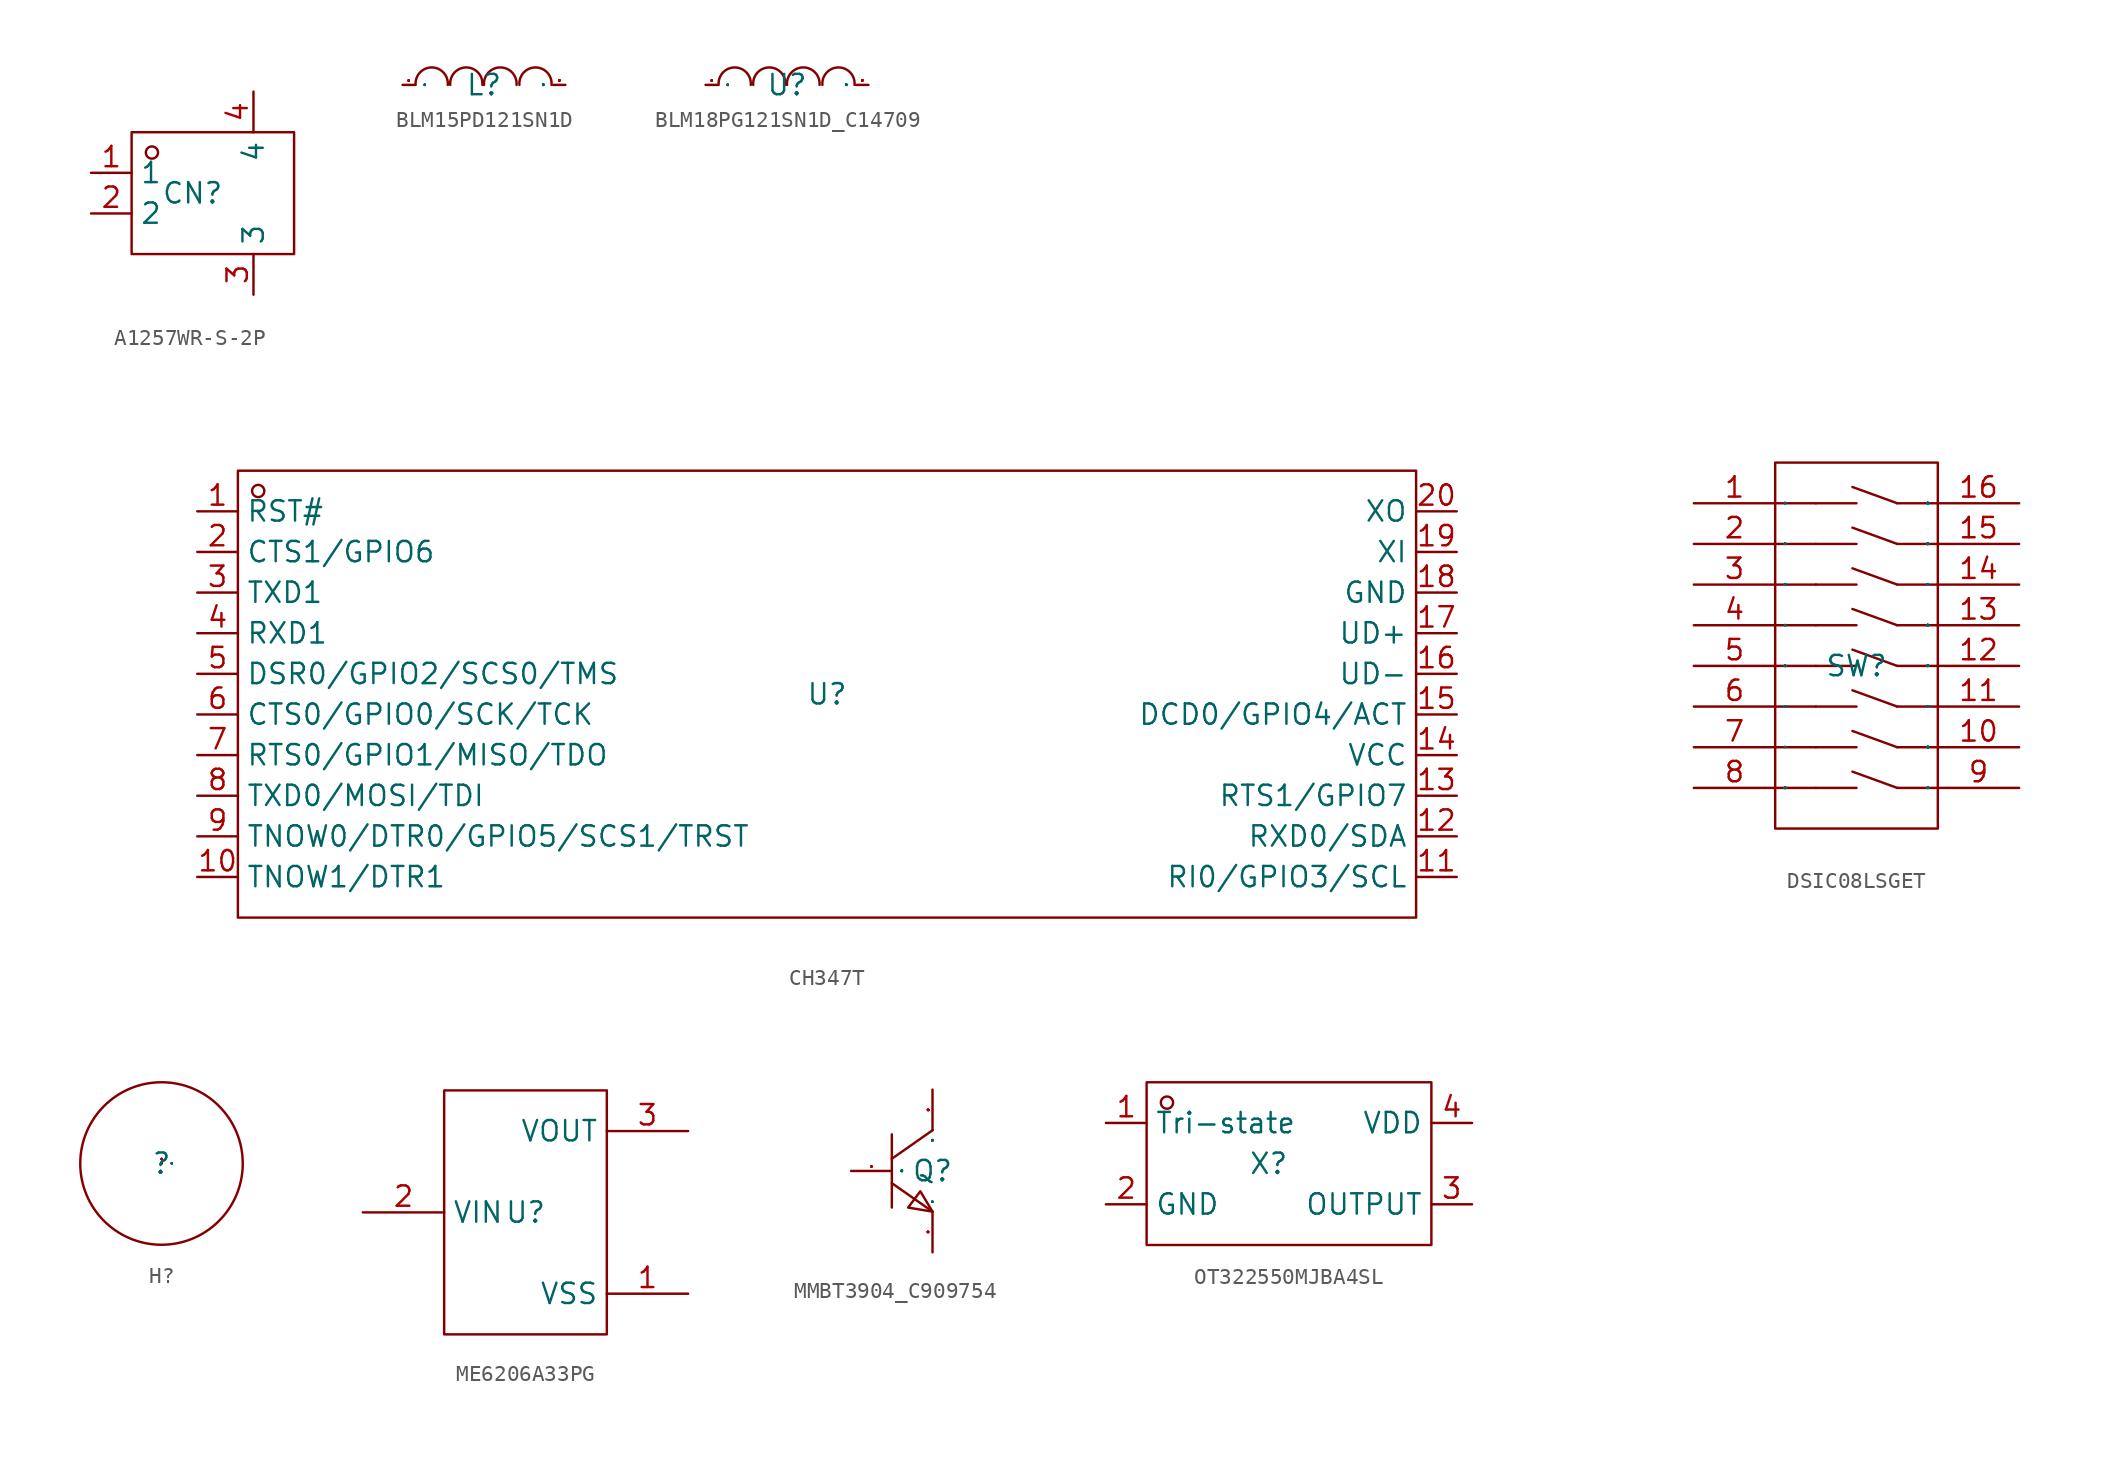
<source format=kicad_sym>
(kicad_symbol_lib
  (version 20241209)
  (generator "kicad_symbol_editor")
  (generator_version "9.0")
  (symbol "A1257WR-S-2P"
    (property "Reference" "CN"
      (at 0 0 0)
      (effects (font (size 1.27 1.27))))
    (property "Value" ""
      (at 0 0 0)
      (effects (font (size 1.27 1.27))))
    (symbol "A1257WR-S-2P_1_0"
      (rectangle (start -3.81 -3.81) (end 6.35 3.81) (stroke (width 0) (type default)) (fill (type none)))
      (circle (center -2.54 2.54) (radius 0.381) (stroke (width 0) (type default)) (fill (type none)))
      (pin unspecified line (at -6.35 1.27 0) (length 2.54) (name "1" (effects (font (size 1.27 1.27)))) (number "1" (effects (font (size 1.27 1.27)))))
      (pin unspecified line (at -6.35 -1.27 0) (length 2.54) (name "2" (effects (font (size 1.27 1.27)))) (number "2" (effects (font (size 1.27 1.27)))))
      (pin unspecified line (at 3.81 6.35 270) (length 2.54) (name "4" (effects (font (size 1.27 1.27)))) (number "4" (effects (font (size 1.27 1.27)))))
      (pin unspecified line (at 3.81 -6.35 90) (length 2.54) (name "3" (effects (font (size 1.27 1.27)))) (number "3" (effects (font (size 1.27 1.27)))))))
  (symbol "BLM15PD121SN1D"
    (property "Reference" "L"
      (at 0 0 0)
      (effects (font (size 1.27 1.27))))
    (property "Value" ""
      (at 0 0 0)
      (effects (font (size 1.27 1.27))))
    (symbol "BLM15PD121SN1D_1_0"
      (arc (start -4.2672 0) (mid -3.2512 1.0922) (end -2.2606 0) (stroke (width 0) (type default)) (fill (type none)))
      (arc (start -2.1082 0) (mid -1.1176 1.0922) (end -0.1016 0) (stroke (width 0) (type default)) (fill (type none)))
      (arc (start 0 0) (mid 1.016 1.0922) (end 2.032 0) (stroke (width 0) (type default)) (fill (type none)))
      (arc (start 2.2098 0) (mid 3.2004 1.0922) (end 4.2164 0) (stroke (width 0) (type default)) (fill (type none)))
      (pin input line (at -5.08 0 0) (length 0.762) (name "1" (effects (font (size 0.025 0.025)))) (number "1" (effects (font (size 0.025 0.025)))))
      (pin input line (at 5.08 0 180) (length 0.762) (name "2" (effects (font (size 0.025 0.025)))) (number "2" (effects (font (size 0.025 0.025)))))))
  (symbol "BLM18PG121SN1D_C14709"
    (property "Reference" "U"
      (at 0 0 0)
      (effects (font (size 1.27 1.27))))
    (property "Value" ""
      (at 0 0 0)
      (effects (font (size 1.27 1.27))))
    (symbol "BLM18PG121SN1D_C14709_1_0"
      (arc (start -4.2672 0) (mid -3.2512 1.0922) (end -2.2606 0) (stroke (width 0) (type default)) (fill (type none)))
      (arc (start -2.1082 0) (mid -1.1176 1.0922) (end -0.1016 0) (stroke (width 0) (type default)) (fill (type none)))
      (arc (start 0 0) (mid 1.016 1.0922) (end 2.032 0) (stroke (width 0) (type default)) (fill (type none)))
      (arc (start 2.2098 0) (mid 3.2004 1.0922) (end 4.2164 0) (stroke (width 0) (type default)) (fill (type none)))
      (pin input line (at -5.08 0 0) (length 0.762) (name "1" (effects (font (size 0.025 0.025)))) (number "1" (effects (font (size 0.025 0.025)))))
      (pin input line (at 5.08 0 180) (length 0.762) (name "2" (effects (font (size 0.025 0.025)))) (number "2" (effects (font (size 0.025 0.025)))))))
  (symbol "CH347T"
    (property "Reference" "U"
      (at 0 0 0)
      (effects (font (size 1.27 1.27))))
    (property "Value" ""
      (at 0 0 0)
      (effects (font (size 1.27 1.27))))
    (symbol "CH347T_1_0"
      (rectangle (start -36.83 -13.97) (end 36.83 13.97) (stroke (width 0) (type default)) (fill (type none)))
      (circle (center -35.56 12.7) (radius 0.381) (stroke (width 0) (type default)) (fill (type none)))
      (pin unspecified line (at -39.37 11.43 0) (length 2.54) (name "RST#" (effects (font (size 1.27 1.27)))) (number "1" (effects (font (size 1.27 1.27)))))
      (pin unspecified line (at -39.37 8.89 0) (length 2.54) (name "CTS1/GPIO6" (effects (font (size 1.27 1.27)))) (number "2" (effects (font (size 1.27 1.27)))))
      (pin unspecified line (at -39.37 6.35 0) (length 2.54) (name "TXD1" (effects (font (size 1.27 1.27)))) (number "3" (effects (font (size 1.27 1.27)))))
      (pin unspecified line (at -39.37 3.81 0) (length 2.54) (name "RXD1" (effects (font (size 1.27 1.27)))) (number "4" (effects (font (size 1.27 1.27)))))
      (pin unspecified line (at -39.37 1.27 0) (length 2.54) (name "DSR0/GPIO2/SCS0/TMS" (effects (font (size 1.27 1.27)))) (number "5" (effects (font (size 1.27 1.27)))))
      (pin unspecified line (at -39.37 -1.27 0) (length 2.54) (name "CTS0/GPIO0/SCK/TCK" (effects (font (size 1.27 1.27)))) (number "6" (effects (font (size 1.27 1.27)))))
      (pin unspecified line (at -39.37 -3.81 0) (length 2.54) (name "RTS0/GPIO1/MISO/TDO" (effects (font (size 1.27 1.27)))) (number "7" (effects (font (size 1.27 1.27)))))
      (pin unspecified line (at -39.37 -6.35 0) (length 2.54) (name "TXD0/MOSI/TDI" (effects (font (size 1.27 1.27)))) (number "8" (effects (font (size 1.27 1.27)))))
      (pin unspecified line (at -39.37 -8.89 0) (length 2.54) (name "TNOW0/DTR0/GPIO5/SCS1/TRST" (effects (font (size 1.27 1.27)))) (number "9" (effects (font (size 1.27 1.27)))))
      (pin unspecified line (at -39.37 -11.43 0) (length 2.54) (name "TNOW1/DTR1" (effects (font (size 1.27 1.27)))) (number "10" (effects (font (size 1.27 1.27)))))
      (pin unspecified line (at 39.37 11.43 180) (length 2.54) (name "XO" (effects (font (size 1.27 1.27)))) (number "20" (effects (font (size 1.27 1.27)))))
      (pin unspecified line (at 39.37 8.89 180) (length 2.54) (name "XI" (effects (font (size 1.27 1.27)))) (number "19" (effects (font (size 1.27 1.27)))))
      (pin unspecified line (at 39.37 6.35 180) (length 2.54) (name "GND" (effects (font (size 1.27 1.27)))) (number "18" (effects (font (size 1.27 1.27)))))
      (pin unspecified line (at 39.37 3.81 180) (length 2.54) (name "UD+" (effects (font (size 1.27 1.27)))) (number "17" (effects (font (size 1.27 1.27)))))
      (pin unspecified line (at 39.37 1.27 180) (length 2.54) (name "UD-" (effects (font (size 1.27 1.27)))) (number "16" (effects (font (size 1.27 1.27)))))
      (pin unspecified line (at 39.37 -1.27 180) (length 2.54) (name "DCD0/GPIO4/ACT" (effects (font (size 1.27 1.27)))) (number "15" (effects (font (size 1.27 1.27)))))
      (pin unspecified line (at 39.37 -3.81 180) (length 2.54) (name "VCC" (effects (font (size 1.27 1.27)))) (number "14" (effects (font (size 1.27 1.27)))))
      (pin unspecified line (at 39.37 -6.35 180) (length 2.54) (name "RTS1/GPIO7" (effects (font (size 1.27 1.27)))) (number "13" (effects (font (size 1.27 1.27)))))
      (pin unspecified line (at 39.37 -8.89 180) (length 2.54) (name "RXD0/SDA" (effects (font (size 1.27 1.27)))) (number "12" (effects (font (size 1.27 1.27)))))
      (pin unspecified line (at 39.37 -11.43 180) (length 2.54) (name "RI0/GPIO3/SCL" (effects (font (size 1.27 1.27)))) (number "11" (effects (font (size 1.27 1.27)))))))
  (symbol "DSIC08LSGET"
    (property "Reference" "SW"
      (at 0 0 0)
      (effects (font (size 1.27 1.27))))
    (property "Value" ""
      (at 0 0 0)
      (effects (font (size 1.27 1.27))))
    (symbol "DSIC08LSGET_1_0"
      (rectangle (start -5.08 -10.16) (end 5.08 12.7) (stroke (width 0) (type default)) (fill (type none)))
      (polyline (pts (xy -2.54 10.16) (xy -5.08 10.16)) (stroke (width 0) (type default)) (fill (type none)))
      (polyline (pts (xy -2.54 10.16) (xy 0 10.16)) (stroke (width 0) (type default)) (fill (type none)))
      (polyline (pts (xy -2.54 7.62) (xy -5.08 7.62)) (stroke (width 0) (type default)) (fill (type none)))
      (polyline (pts (xy -2.54 7.62) (xy 0 7.62)) (stroke (width 0) (type default)) (fill (type none)))
      (polyline (pts (xy -2.54 5.08) (xy -5.08 5.08)) (stroke (width 0) (type default)) (fill (type none)))
      (polyline (pts (xy -2.54 5.08) (xy 0 5.08)) (stroke (width 0) (type default)) (fill (type none)))
      (polyline (pts (xy -2.54 2.54) (xy -5.08 2.54)) (stroke (width 0) (type default)) (fill (type none)))
      (polyline (pts (xy -2.54 2.54) (xy 0 2.54)) (stroke (width 0) (type default)) (fill (type none)))
      (polyline (pts (xy -2.54 0) (xy -5.08 0)) (stroke (width 0) (type default)) (fill (type none)))
      (polyline (pts (xy -2.54 0) (xy 0 0)) (stroke (width 0) (type default)) (fill (type none)))
      (polyline (pts (xy -2.54 -2.54) (xy -5.08 -2.54)) (stroke (width 0) (type default)) (fill (type none)))
      (polyline (pts (xy -2.54 -2.54) (xy 0 -2.54)) (stroke (width 0) (type default)) (fill (type none)))
      (polyline (pts (xy -2.54 -5.08) (xy -5.08 -5.08)) (stroke (width 0) (type default)) (fill (type none)))
      (polyline (pts (xy -2.54 -5.08) (xy 0 -5.08)) (stroke (width 0) (type default)) (fill (type none)))
      (polyline (pts (xy -2.54 -7.62) (xy -5.08 -7.62)) (stroke (width 0) (type default)) (fill (type none)))
      (polyline (pts (xy -2.54 -7.62) (xy 0 -7.62)) (stroke (width 0) (type default)) (fill (type none)))
      (polyline (pts (xy 2.54 10.16) (xy -0.254 11.176)) (stroke (width 0) (type default)) (fill (type none)))
      (polyline (pts (xy 2.54 7.62) (xy -0.254 8.636)) (stroke (width 0) (type default)) (fill (type none)))
      (polyline (pts (xy 2.54 5.08) (xy -0.254 6.096)) (stroke (width 0) (type default)) (fill (type none)))
      (polyline (pts (xy 2.54 2.54) (xy -0.254 3.556)) (stroke (width 0) (type default)) (fill (type none)))
      (polyline (pts (xy 2.54 0) (xy -0.254 1.016)) (stroke (width 0) (type default)) (fill (type none)))
      (polyline (pts (xy 2.54 -2.54) (xy -0.254 -1.524)) (stroke (width 0) (type default)) (fill (type none)))
      (polyline (pts (xy 2.54 -5.08) (xy -0.254 -4.064)) (stroke (width 0) (type default)) (fill (type none)))
      (polyline (pts (xy 2.54 -7.62) (xy -0.254 -6.604)) (stroke (width 0) (type default)) (fill (type none)))
      (polyline (pts (xy 5.08 10.16) (xy 2.54 10.16)) (stroke (width 0) (type default)) (fill (type none)))
      (polyline (pts (xy 5.08 7.62) (xy 2.54 7.62)) (stroke (width 0) (type default)) (fill (type none)))
      (polyline (pts (xy 5.08 5.08) (xy 2.54 5.08)) (stroke (width 0) (type default)) (fill (type none)))
      (polyline (pts (xy 5.08 2.54) (xy 2.54 2.54)) (stroke (width 0) (type default)) (fill (type none)))
      (polyline (pts (xy 5.08 0) (xy 2.54 0)) (stroke (width 0) (type default)) (fill (type none)))
      (polyline (pts (xy 5.08 -2.54) (xy 2.54 -2.54)) (stroke (width 0) (type default)) (fill (type none)))
      (polyline (pts (xy 5.08 -5.08) (xy 2.54 -5.08)) (stroke (width 0) (type default)) (fill (type none)))
      (polyline (pts (xy 5.08 -7.62) (xy 2.54 -7.62)) (stroke (width 0) (type default)) (fill (type none)))
      (pin input line (at -10.16 10.16 0) (length 5.08) (name "1" (effects (font (size 0.025 0.025)))) (number "1" (effects (font (size 1.27 1.27)))))
      (pin input line (at -10.16 7.62 0) (length 5.08) (name "2" (effects (font (size 0.025 0.025)))) (number "2" (effects (font (size 1.27 1.27)))))
      (pin input line (at -10.16 5.08 0) (length 5.08) (name "3" (effects (font (size 0.025 0.025)))) (number "3" (effects (font (size 1.27 1.27)))))
      (pin input line (at -10.16 2.54 0) (length 5.08) (name "4" (effects (font (size 0.025 0.025)))) (number "4" (effects (font (size 1.27 1.27)))))
      (pin input line (at -10.16 0 0) (length 5.08) (name "5" (effects (font (size 0.025 0.025)))) (number "5" (effects (font (size 1.27 1.27)))))
      (pin input line (at -10.16 -2.54 0) (length 5.08) (name "6" (effects (font (size 0.025 0.025)))) (number "6" (effects (font (size 1.27 1.27)))))
      (pin input line (at -10.16 -5.08 0) (length 5.08) (name "7" (effects (font (size 0.025 0.025)))) (number "7" (effects (font (size 1.27 1.27)))))
      (pin input line (at -10.16 -7.62 0) (length 5.08) (name "8" (effects (font (size 0.025 0.025)))) (number "8" (effects (font (size 1.27 1.27)))))
      (pin input line (at 10.16 10.16 180) (length 5.08) (name "16" (effects (font (size 0.025 0.025)))) (number "16" (effects (font (size 1.27 1.27)))))
      (pin input line (at 10.16 7.62 180) (length 5.08) (name "15" (effects (font (size 0.025 0.025)))) (number "15" (effects (font (size 1.27 1.27)))))
      (pin input line (at 10.16 5.08 180) (length 5.08) (name "14" (effects (font (size 0.025 0.025)))) (number "14" (effects (font (size 1.27 1.27)))))
      (pin input line (at 10.16 2.54 180) (length 5.08) (name "13" (effects (font (size 0.025 0.025)))) (number "13" (effects (font (size 1.27 1.27)))))
      (pin input line (at 10.16 0 180) (length 5.08) (name "12" (effects (font (size 0.025 0.025)))) (number "12" (effects (font (size 1.27 1.27)))))
      (pin input line (at 10.16 -2.54 180) (length 5.08) (name "11" (effects (font (size 0.025 0.025)))) (number "11" (effects (font (size 1.27 1.27)))))
      (pin input line (at 10.16 -5.08 180) (length 5.08) (name "10" (effects (font (size 0.025 0.025)))) (number "10" (effects (font (size 1.27 1.27)))))
      (pin input line (at 10.16 -7.62 180) (length 5.08) (name "9" (effects (font (size 0.025 0.025)))) (number "9" (effects (font (size 1.27 1.27)))))))
  (symbol "H?"
    (property "Reference" ""
      (at 0 0 0)
      (effects (font (size 1.27 1.27))))
    (property "Value" ""
      (at 0 0 0)
      (effects (font (size 1.27 1.27))))
    (symbol "H?_1_0"
      (circle (center 0 0) (radius 5.08) (stroke (width 0) (type default)) (fill (type none)))
      (pin input line (at 0 0 0) (length 0.025) (name "1" (effects (font (size 0.025 0.025)))) (number "1" (effects (font (size 0.025 0.025)))))))
  (symbol "ME6206A33PG"
    (property "Reference" "U"
      (at 0 0 0)
      (effects (font (size 1.27 1.27))))
    (property "Value" ""
      (at 0 0 0)
      (effects (font (size 1.27 1.27))))
    (symbol "ME6206A33PG_1_0"
      (rectangle (start -5.08 -7.62) (end 5.08 7.62) (stroke (width 0) (type default)) (fill (type none)))
      (pin input line (at -10.16 0 0) (length 5.08) (name "VIN" (effects (font (size 1.27 1.27)))) (number "2" (effects (font (size 1.27 1.27)))))
      (pin input line (at 10.16 5.08 180) (length 5.08) (name "VOUT" (effects (font (size 1.27 1.27)))) (number "3" (effects (font (size 1.27 1.27)))))
      (pin input line (at 10.16 -5.08 180) (length 5.08) (name "VSS" (effects (font (size 1.27 1.27)))) (number "1" (effects (font (size 1.27 1.27)))))))
  (symbol "MMBT3904_C909754"
    (property "Reference" "Q"
      (at 0 0 0)
      (effects (font (size 1.27 1.27))))
    (property "Value" ""
      (at 0 0 0)
      (effects (font (size 1.27 1.27))))
    (symbol "MMBT3904_C909754_1_0"
      (polyline (pts (xy -2.54 2.286) (xy -2.54 -2.286)) (stroke (width 0) (type default)) (fill (type none)))
      (polyline (pts (xy -2.54 -0.762) (xy 0 -2.54)) (stroke (width 0) (type default)) (fill (type none)))
      (polyline (pts (xy 0 2.54) (xy -2.54 0.762)) (stroke (width 0) (type default)) (fill (type none)))
      (polyline (pts (xy 0 -2.54) (xy -0.762 -1.27) (xy -0.762 -1.27) (xy -1.524 -2.286) (xy -1.524 -2.286) (xy 0 -2.54)) (stroke (width 0) (type default)) (fill (type none)))
      (pin input line (at -5.08 0 0) (length 2.54) (name "B" (effects (font (size 0.025 0.025)))) (number "1" (effects (font (size 0.025 0.025)))))
      (pin input line (at 0 5.08 270) (length 2.54) (name "C" (effects (font (size 0.025 0.025)))) (number "3" (effects (font (size 0.025 0.025)))))
      (pin input line (at 0 -5.08 90) (length 2.54) (name "E" (effects (font (size 0.025 0.025)))) (number "2" (effects (font (size 0.025 0.025)))))))
  (symbol "OT322550MJBA4SL"
    (property "Reference" "X"
      (at 0 0 0)
      (effects (font (size 1.27 1.27))))
    (symbol "OT322550MJBA4SL_1_0"
      (rectangle (start -7.62 -5.08) (end 10.16 5.08) (stroke (width 0) (type default)) (fill (type none)))
      (circle (center -6.35 3.81) (radius 0.381) (stroke (width 0) (type default)) (fill (type none)))
      (pin unspecified line (at -10.16 2.54 0) (length 2.54) (name "Tri-state" (effects (font (size 1.27 1.27)))) (number "1" (effects (font (size 1.27 1.27)))))
      (pin unspecified line (at -10.16 -2.54 0) (length 2.54) (name "GND" (effects (font (size 1.27 1.27)))) (number "2" (effects (font (size 1.27 1.27)))))
      (pin unspecified line (at 12.7 2.54 180) (length 2.54) (name "VDD" (effects (font (size 1.27 1.27)))) (number "4" (effects (font (size 1.27 1.27)))))
      (pin unspecified line (at 12.7 -2.54 180) (length 2.54) (name "OUTPUT" (effects (font (size 1.27 1.27)))) (number "3" (effects (font (size 1.27 1.27))))))))
</source>
